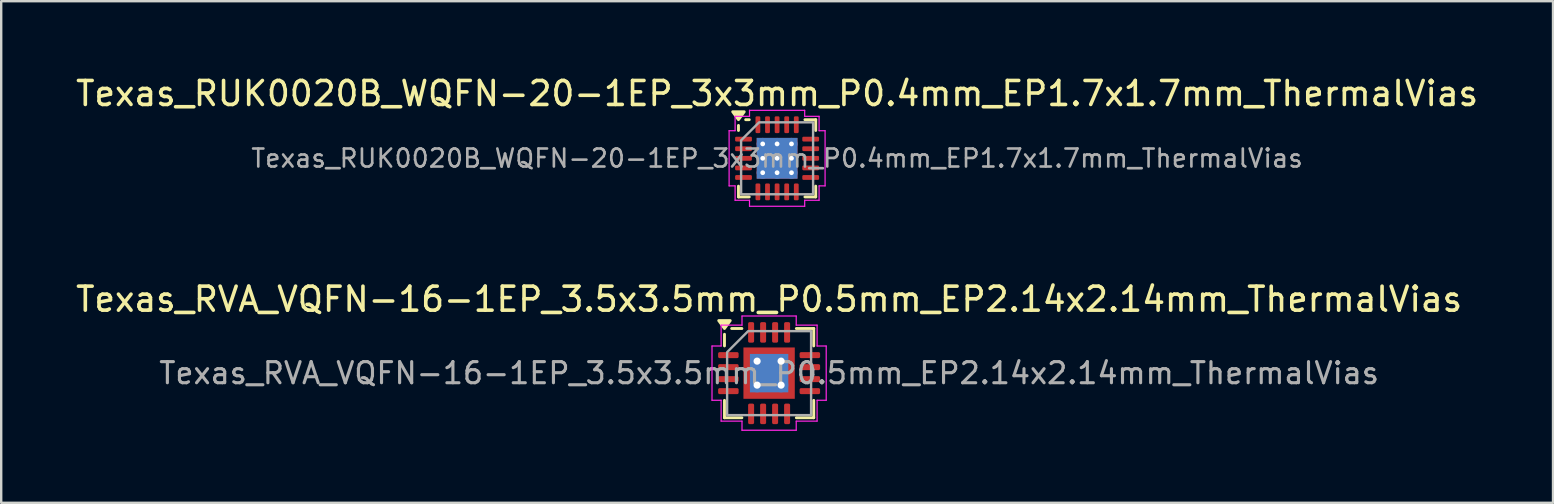
<source format=kicad_pcb>
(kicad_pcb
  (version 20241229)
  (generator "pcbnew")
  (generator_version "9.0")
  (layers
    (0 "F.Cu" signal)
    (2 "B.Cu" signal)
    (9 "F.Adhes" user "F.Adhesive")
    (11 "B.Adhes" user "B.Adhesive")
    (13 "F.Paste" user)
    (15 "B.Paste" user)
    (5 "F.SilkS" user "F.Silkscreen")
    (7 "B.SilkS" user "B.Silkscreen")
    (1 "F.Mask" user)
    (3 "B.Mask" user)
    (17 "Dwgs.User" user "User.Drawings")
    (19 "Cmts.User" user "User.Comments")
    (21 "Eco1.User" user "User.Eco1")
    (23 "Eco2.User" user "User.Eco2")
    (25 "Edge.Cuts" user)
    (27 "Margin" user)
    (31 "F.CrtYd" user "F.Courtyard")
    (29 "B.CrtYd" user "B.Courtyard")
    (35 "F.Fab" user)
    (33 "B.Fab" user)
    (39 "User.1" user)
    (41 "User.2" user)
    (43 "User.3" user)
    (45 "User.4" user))
  (footprint "Texas_RVA_VQFN-16-1EP_3.5x3.5mm_P0.5mm_EP2.14x2.14mm_ThermalVias"
    (layer "F.Cu")
    (at 29.006 12.502)
    (property "Reference" "Texas_RVA_VQFN-16-1EP_3.5x3.5mm_P0.5mm_EP2.14x2.14mm_ThermalVias" (at 0 -3.08 0) (layer "F.SilkS") (effects (font (size 1 1) (thickness 0.15))))
    (attr smd)
    (fp_line (start -1.86 -1.135) (end -1.86 -1.62) (stroke (width 0.12) (type solid)) (layer "F.SilkS"))
    (fp_line (start -1.86 1.86) (end -1.86 1.135) (stroke (width 0.12) (type solid)) (layer "F.SilkS"))
    (fp_line (start -1.135 -1.86) (end -1.56 -1.86) (stroke (width 0.12) (type solid)) (layer "F.SilkS"))
    (fp_line (start -1.135 1.86) (end -1.86 1.86) (stroke (width 0.12) (type solid)) (layer "F.SilkS"))
    (fp_line (start 1.135 -1.86) (end 1.86 -1.86) (stroke (width 0.12) (type solid)) (layer "F.SilkS"))
    (fp_line (start 1.135 1.86) (end 1.86 1.86) (stroke (width 0.12) (type solid)) (layer "F.SilkS"))
    (fp_line (start 1.86 -1.86) (end 1.86 -1.135) (stroke (width 0.12) (type solid)) (layer "F.SilkS"))
    (fp_line (start 1.86 1.86) (end 1.86 1.135) (stroke (width 0.12) (type solid)) (layer "F.SilkS"))
    (fp_poly (pts (xy -1.86 -1.86) (xy -2.1 -2.19) (xy -1.62 -2.19)) (stroke (width 0.12) (type solid)) (fill yes) (layer "F.SilkS"))
    (fp_line (start -2.38 -1.13) (end -2 -1.13) (stroke (width 0.05) (type solid)) (layer "F.CrtYd"))
    (fp_line (start -2.38 1.13) (end -2.38 -1.13) (stroke (width 0.05) (type solid)) (layer "F.CrtYd"))
    (fp_line (start -2 -2) (end -1.13 -2) (stroke (width 0.05) (type solid)) (layer "F.CrtYd"))
    (fp_line (start -2 -1.13) (end -2 -2) (stroke (width 0.05) (type solid)) (layer "F.CrtYd"))
    (fp_line (start -2 1.13) (end -2.38 1.13) (stroke (width 0.05) (type solid)) (layer "F.CrtYd"))
    (fp_line (start -2 2) (end -2 1.13) (stroke (width 0.05) (type solid)) (layer "F.CrtYd"))
    (fp_line (start -1.13 -2.38) (end 1.13 -2.38) (stroke (width 0.05) (type solid)) (layer "F.CrtYd"))
    (fp_line (start -1.13 -2) (end -1.13 -2.38) (stroke (width 0.05) (type solid)) (layer "F.CrtYd"))
    (fp_line (start -1.13 2) (end -2 2) (stroke (width 0.05) (type solid)) (layer "F.CrtYd"))
    (fp_line (start -1.13 2.38) (end -1.13 2) (stroke (width 0.05) (type solid)) (layer "F.CrtYd"))
    (fp_line (start 1.13 -2.38) (end 1.13 -2) (stroke (width 0.05) (type solid)) (layer "F.CrtYd"))
    (fp_line (start 1.13 -2) (end 2 -2) (stroke (width 0.05) (type solid)) (layer "F.CrtYd"))
    (fp_line (start 1.13 2) (end 1.13 2.38) (stroke (width 0.05) (type solid)) (layer "F.CrtYd"))
    (fp_line (start 1.13 2.38) (end -1.13 2.38) (stroke (width 0.05) (type solid)) (layer "F.CrtYd"))
    (fp_line (start 2 -2) (end 2 -1.13) (stroke (width 0.05) (type solid)) (layer "F.CrtYd"))
    (fp_line (start 2 -1.13) (end 2.38 -1.13) (stroke (width 0.05) (type solid)) (layer "F.CrtYd"))
    (fp_line (start 2 1.13) (end 2 2) (stroke (width 0.05) (type solid)) (layer "F.CrtYd"))
    (fp_line (start 2 2) (end 1.13 2) (stroke (width 0.05) (type solid)) (layer "F.CrtYd"))
    (fp_line (start 2.38 -1.13) (end 2.38 1.13) (stroke (width 0.05) (type solid)) (layer "F.CrtYd"))
    (fp_line (start 2.38 1.13) (end 2 1.13) (stroke (width 0.05) (type solid)) (layer "F.CrtYd"))
    (fp_poly (pts (xy -1.75 -0.875) (xy -1.75 1.75) (xy 1.75 1.75) (xy 1.75 -1.75) (xy -0.875 -1.75)) (stroke (width 0.1) (type solid)) (fill no) (layer "F.Fab"))
    (fp_text user "${REFERENCE}" (at 0 0 0) (layer "F.Fab") (effects (font (size 0.88 0.88) (thickness 0.13))))
    (pad "" smd roundrect (at -0.535 -0.535) (size 0.85 0.85) (layers "F.Paste") (roundrect_rratio 0.25))
    (pad "" smd roundrect (at -0.535 0.535) (size 0.85 0.85) (layers "F.Paste") (roundrect_rratio 0.25))
    (pad "" smd roundrect (at 0.535 -0.535) (size 0.85 0.85) (layers "F.Paste") (roundrect_rratio 0.25))
    (pad "" smd roundrect (at 0.535 0.535) (size 0.85 0.85) (layers "F.Paste") (roundrect_rratio 0.25))
    (pad "1" smd roundrect (at -1.698 -0.75) (size 0.855 0.25) (layers "F.Cu" "F.Mask" "F.Paste") (roundrect_rratio 0.25))
    (pad "2" smd roundrect (at -1.698 -0.25) (size 0.855 0.25) (layers "F.Cu" "F.Mask" "F.Paste") (roundrect_rratio 0.25))
    (pad "3" smd roundrect (at -1.698 0.25) (size 0.855 0.25) (layers "F.Cu" "F.Mask" "F.Paste") (roundrect_rratio 0.25))
    (pad "4" smd roundrect (at -1.698 0.75) (size 0.855 0.25) (layers "F.Cu" "F.Mask" "F.Paste") (roundrect_rratio 0.25))
    (pad "5" smd roundrect (at -0.75 1.698) (size 0.25 0.855) (layers "F.Cu" "F.Mask" "F.Paste") (roundrect_rratio 0.25))
    (pad "6" smd roundrect (at -0.25 1.698) (size 0.25 0.855) (layers "F.Cu" "F.Mask" "F.Paste") (roundrect_rratio 0.25))
    (pad "7" smd roundrect (at 0.25 1.698) (size 0.25 0.855) (layers "F.Cu" "F.Mask" "F.Paste") (roundrect_rratio 0.25))
    (pad "8" smd roundrect (at 0.75 1.698) (size 0.25 0.855) (layers "F.Cu" "F.Mask" "F.Paste") (roundrect_rratio 0.25))
    (pad "9" smd roundrect (at 1.698 0.75) (size 0.855 0.25) (layers "F.Cu" "F.Mask" "F.Paste") (roundrect_rratio 0.25))
    (pad "10" smd roundrect (at 1.698 0.25) (size 0.855 0.25) (layers "F.Cu" "F.Mask" "F.Paste") (roundrect_rratio 0.25))
    (pad "11" smd roundrect (at 1.698 -0.25) (size 0.855 0.25) (layers "F.Cu" "F.Mask" "F.Paste") (roundrect_rratio 0.25))
    (pad "12" smd roundrect (at 1.698 -0.75) (size 0.855 0.25) (layers "F.Cu" "F.Mask" "F.Paste") (roundrect_rratio 0.25))
    (pad "13" smd roundrect (at 0.75 -1.698) (size 0.25 0.855) (layers "F.Cu" "F.Mask" "F.Paste") (roundrect_rratio 0.25))
    (pad "14" smd roundrect (at 0.25 -1.698) (size 0.25 0.855) (layers "F.Cu" "F.Mask" "F.Paste") (roundrect_rratio 0.25))
    (pad "15" smd roundrect (at -0.25 -1.698) (size 0.25 0.855) (layers "F.Cu" "F.Mask" "F.Paste") (roundrect_rratio 0.25))
    (pad "16" smd roundrect (at -0.75 -1.698) (size 0.25 0.855) (layers "F.Cu" "F.Mask" "F.Paste") (roundrect_rratio 0.25))
    (pad "17" thru_hole circle (at -0.5 -0.5) (size 0.6 0.6) (drill 0.3) (property pad_prop_heatsink) (layers "*.Cu"))
    (pad "17" thru_hole circle (at -0.5 0.5) (size 0.6 0.6) (drill 0.3) (property pad_prop_heatsink) (layers "*.Cu"))
    (pad "17" smd rect (at 0 0) (size 1.6 1.6) (property pad_prop_heatsink) (layers "B.Cu"))
    (pad "17" smd rect (at 0 0) (size 2.14 2.14) (property pad_prop_heatsink) (layers "F.Cu" "F.Mask"))
    (pad "17" thru_hole circle (at 0.5 -0.5) (size 0.6 0.6) (drill 0.3) (property pad_prop_heatsink) (layers "*.Cu"))
    (pad "17" thru_hole circle (at 0.5 0.5) (size 0.6 0.6) (drill 0.3) (property pad_prop_heatsink) (layers "*.Cu")))
  (footprint "Texas_RUK0020B_WQFN-20-1EP_3x3mm_P0.4mm_EP1.7x1.7mm_ThermalVias"
    (layer "F.Cu")
    (at 29.339 3.548)
    (property "Reference" "Texas_RUK0020B_WQFN-20-1EP_3x3mm_P0.4mm_EP1.7x1.7mm_ThermalVias" (at 0 -2.7 0) (layer "F.SilkS") (effects (font (size 1 1) (thickness 0.15))))
    (attr smd)
    (fp_line (start -1.61 -1.16) (end -1.61 -1.37) (stroke (width 0.12) (type solid)) (layer "F.SilkS"))
    (fp_line (start -1.61 1.61) (end -1.61 1.16) (stroke (width 0.12) (type solid)) (layer "F.SilkS"))
    (fp_line (start -1.16 -1.61) (end -1.31 -1.61) (stroke (width 0.12) (type solid)) (layer "F.SilkS"))
    (fp_line (start -1.16 1.61) (end -1.61 1.61) (stroke (width 0.12) (type solid)) (layer "F.SilkS"))
    (fp_line (start 1.16 -1.61) (end 1.61 -1.61) (stroke (width 0.12) (type solid)) (layer "F.SilkS"))
    (fp_line (start 1.16 1.61) (end 1.61 1.61) (stroke (width 0.12) (type solid)) (layer "F.SilkS"))
    (fp_line (start 1.61 -1.61) (end 1.61 -1.16) (stroke (width 0.12) (type solid)) (layer "F.SilkS"))
    (fp_line (start 1.61 1.61) (end 1.61 1.16) (stroke (width 0.12) (type solid)) (layer "F.SilkS"))
    (fp_poly (pts (xy -1.61 -1.61) (xy -1.85 -1.94) (xy -1.37 -1.94)) (stroke (width 0.12) (type solid)) (fill yes) (layer "F.SilkS"))
    (fp_line (start -2 -1.15) (end -1.75 -1.15) (stroke (width 0.05) (type solid)) (layer "F.CrtYd"))
    (fp_line (start -2 1.15) (end -2 -1.15) (stroke (width 0.05) (type solid)) (layer "F.CrtYd"))
    (fp_line (start -1.75 -1.75) (end -1.15 -1.75) (stroke (width 0.05) (type solid)) (layer "F.CrtYd"))
    (fp_line (start -1.75 -1.15) (end -1.75 -1.75) (stroke (width 0.05) (type solid)) (layer "F.CrtYd"))
    (fp_line (start -1.75 1.15) (end -2 1.15) (stroke (width 0.05) (type solid)) (layer "F.CrtYd"))
    (fp_line (start -1.75 1.75) (end -1.75 1.15) (stroke (width 0.05) (type solid)) (layer "F.CrtYd"))
    (fp_line (start -1.15 -2) (end 1.15 -2) (stroke (width 0.05) (type solid)) (layer "F.CrtYd"))
    (fp_line (start -1.15 -1.75) (end -1.15 -2) (stroke (width 0.05) (type solid)) (layer "F.CrtYd"))
    (fp_line (start -1.15 1.75) (end -1.75 1.75) (stroke (width 0.05) (type solid)) (layer "F.CrtYd"))
    (fp_line (start -1.15 2) (end -1.15 1.75) (stroke (width 0.05) (type solid)) (layer "F.CrtYd"))
    (fp_line (start 1.15 -2) (end 1.15 -1.75) (stroke (width 0.05) (type solid)) (layer "F.CrtYd"))
    (fp_line (start 1.15 -1.75) (end 1.75 -1.75) (stroke (width 0.05) (type solid)) (layer "F.CrtYd"))
    (fp_line (start 1.15 1.75) (end 1.15 2) (stroke (width 0.05) (type solid)) (layer "F.CrtYd"))
    (fp_line (start 1.15 2) (end -1.15 2) (stroke (width 0.05) (type solid)) (layer "F.CrtYd"))
    (fp_line (start 1.75 -1.75) (end 1.75 -1.15) (stroke (width 0.05) (type solid)) (layer "F.CrtYd"))
    (fp_line (start 1.75 -1.15) (end 2 -1.15) (stroke (width 0.05) (type solid)) (layer "F.CrtYd"))
    (fp_line (start 1.75 1.15) (end 1.75 1.75) (stroke (width 0.05) (type solid)) (layer "F.CrtYd"))
    (fp_line (start 1.75 1.75) (end 1.15 1.75) (stroke (width 0.05) (type solid)) (layer "F.CrtYd"))
    (fp_line (start 2 -1.15) (end 2 1.15) (stroke (width 0.05) (type solid)) (layer "F.CrtYd"))
    (fp_line (start 2 1.15) (end 1.75 1.15) (stroke (width 0.05) (type solid)) (layer "F.CrtYd"))
    (fp_poly (pts (xy -1.5 -0.75) (xy -1.5 1.5) (xy 1.5 1.5) (xy 1.5 -1.5) (xy -0.75 -1.5)) (stroke (width 0.1) (type solid)) (fill no) (layer "F.Fab"))
    (fp_text user "${REFERENCE}" (at 0 0 0) (layer "F.Fab") (effects (font (size 0.75 0.75) (thickness 0.11))))
    (pad "" smd roundrect (at -0.425 -0.425) (size 0.75 0.75) (layers "F.Paste") (roundrect_rratio 0.25))
    (pad "" smd roundrect (at -0.425 0.425) (size 0.75 0.75) (layers "F.Paste") (roundrect_rratio 0.25))
    (pad "" smd roundrect (at 0.425 -0.425) (size 0.75 0.75) (layers "F.Paste") (roundrect_rratio 0.25))
    (pad "" smd roundrect (at 0.425 0.425) (size 0.75 0.75) (layers "F.Paste") (roundrect_rratio 0.25))
    (pad "1" smd roundrect (at -1.4 -0.8) (size 0.7 0.2) (layers "F.Cu" "F.Mask" "F.Paste") (roundrect_rratio 0.25))
    (pad "2" smd roundrect (at -1.4 -0.4) (size 0.7 0.2) (layers "F.Cu" "F.Mask" "F.Paste") (roundrect_rratio 0.25))
    (pad "3" smd roundrect (at -1.4 0) (size 0.7 0.2) (layers "F.Cu" "F.Mask" "F.Paste") (roundrect_rratio 0.25))
    (pad "4" smd roundrect (at -1.4 0.4) (size 0.7 0.2) (layers "F.Cu" "F.Mask" "F.Paste") (roundrect_rratio 0.25))
    (pad "5" smd roundrect (at -1.4 0.8) (size 0.7 0.2) (layers "F.Cu" "F.Mask" "F.Paste") (roundrect_rratio 0.25))
    (pad "6" smd roundrect (at -0.8 1.4) (size 0.2 0.7) (layers "F.Cu" "F.Mask" "F.Paste") (roundrect_rratio 0.25))
    (pad "7" smd roundrect (at -0.4 1.4) (size 0.2 0.7) (layers "F.Cu" "F.Mask" "F.Paste") (roundrect_rratio 0.25))
    (pad "8" smd roundrect (at 0 1.4) (size 0.2 0.7) (layers "F.Cu" "F.Mask" "F.Paste") (roundrect_rratio 0.25))
    (pad "9" smd roundrect (at 0.4 1.4) (size 0.2 0.7) (layers "F.Cu" "F.Mask" "F.Paste") (roundrect_rratio 0.25))
    (pad "10" smd roundrect (at 0.8 1.4) (size 0.2 0.7) (layers "F.Cu" "F.Mask" "F.Paste") (roundrect_rratio 0.25))
    (pad "11" smd roundrect (at 1.4 0.8) (size 0.7 0.2) (layers "F.Cu" "F.Mask" "F.Paste") (roundrect_rratio 0.25))
    (pad "12" smd roundrect (at 1.4 0.4) (size 0.7 0.2) (layers "F.Cu" "F.Mask" "F.Paste") (roundrect_rratio 0.25))
    (pad "13" smd roundrect (at 1.4 0) (size 0.7 0.2) (layers "F.Cu" "F.Mask" "F.Paste") (roundrect_rratio 0.25))
    (pad "14" smd roundrect (at 1.4 -0.4) (size 0.7 0.2) (layers "F.Cu" "F.Mask" "F.Paste") (roundrect_rratio 0.25))
    (pad "15" smd roundrect (at 1.4 -0.8) (size 0.7 0.2) (layers "F.Cu" "F.Mask" "F.Paste") (roundrect_rratio 0.25))
    (pad "16" smd roundrect (at 0.8 -1.4) (size 0.2 0.7) (layers "F.Cu" "F.Mask" "F.Paste") (roundrect_rratio 0.25))
    (pad "17" smd roundrect (at 0.4 -1.4) (size 0.2 0.7) (layers "F.Cu" "F.Mask" "F.Paste") (roundrect_rratio 0.25))
    (pad "18" smd roundrect (at 0 -1.4) (size 0.2 0.7) (layers "F.Cu" "F.Mask" "F.Paste") (roundrect_rratio 0.25))
    (pad "19" smd roundrect (at -0.4 -1.4) (size 0.2 0.7) (layers "F.Cu" "F.Mask" "F.Paste") (roundrect_rratio 0.25))
    (pad "20" smd roundrect (at -0.8 -1.4) (size 0.2 0.7) (layers "F.Cu" "F.Mask" "F.Paste") (roundrect_rratio 0.25))
    (pad "21" thru_hole circle (at -0.6 -0.6) (size 0.5 0.5) (drill 0.2) (property pad_prop_heatsink) (layers "*.Cu"))
    (pad "21" thru_hole circle (at -0.6 0) (size 0.5 0.5) (drill 0.2) (property pad_prop_heatsink) (layers "*.Cu"))
    (pad "21" thru_hole circle (at -0.6 0.6) (size 0.5 0.5) (drill 0.2) (property pad_prop_heatsink) (layers "*.Cu"))
    (pad "21" thru_hole circle (at 0 -0.6) (size 0.5 0.5) (drill 0.2) (property pad_prop_heatsink) (layers "*.Cu"))
    (pad "21" thru_hole circle (at 0 0) (size 0.5 0.5) (drill 0.2) (property pad_prop_heatsink) (layers "*.Cu"))
    (pad "21" smd rect (at 0 0) (size 1.7 1.7) (property pad_prop_heatsink) (layers "F.Cu" "F.Mask"))
    (pad "21" smd rect (at 0 0) (size 1.7 1.7) (property pad_prop_heatsink) (layers "B.Cu"))
    (pad "21" thru_hole circle (at 0 0.6) (size 0.5 0.5) (drill 0.2) (property pad_prop_heatsink) (layers "*.Cu"))
    (pad "21" thru_hole circle (at 0.6 -0.6) (size 0.5 0.5) (drill 0.2) (property pad_prop_heatsink) (layers "*.Cu"))
    (pad "21" thru_hole circle (at 0.6 0) (size 0.5 0.5) (drill 0.2) (property pad_prop_heatsink) (layers "*.Cu"))
    (pad "21" thru_hole circle (at 0.6 0.6) (size 0.5 0.5) (drill 0.2) (property pad_prop_heatsink) (layers "*.Cu")))
  (gr_rect
    (start -3 -3)
    (end 61.679 17.907)
    (stroke (width 0.1) (type default))
    (fill no)
    (layer "Edge.Cuts")))
</source>
